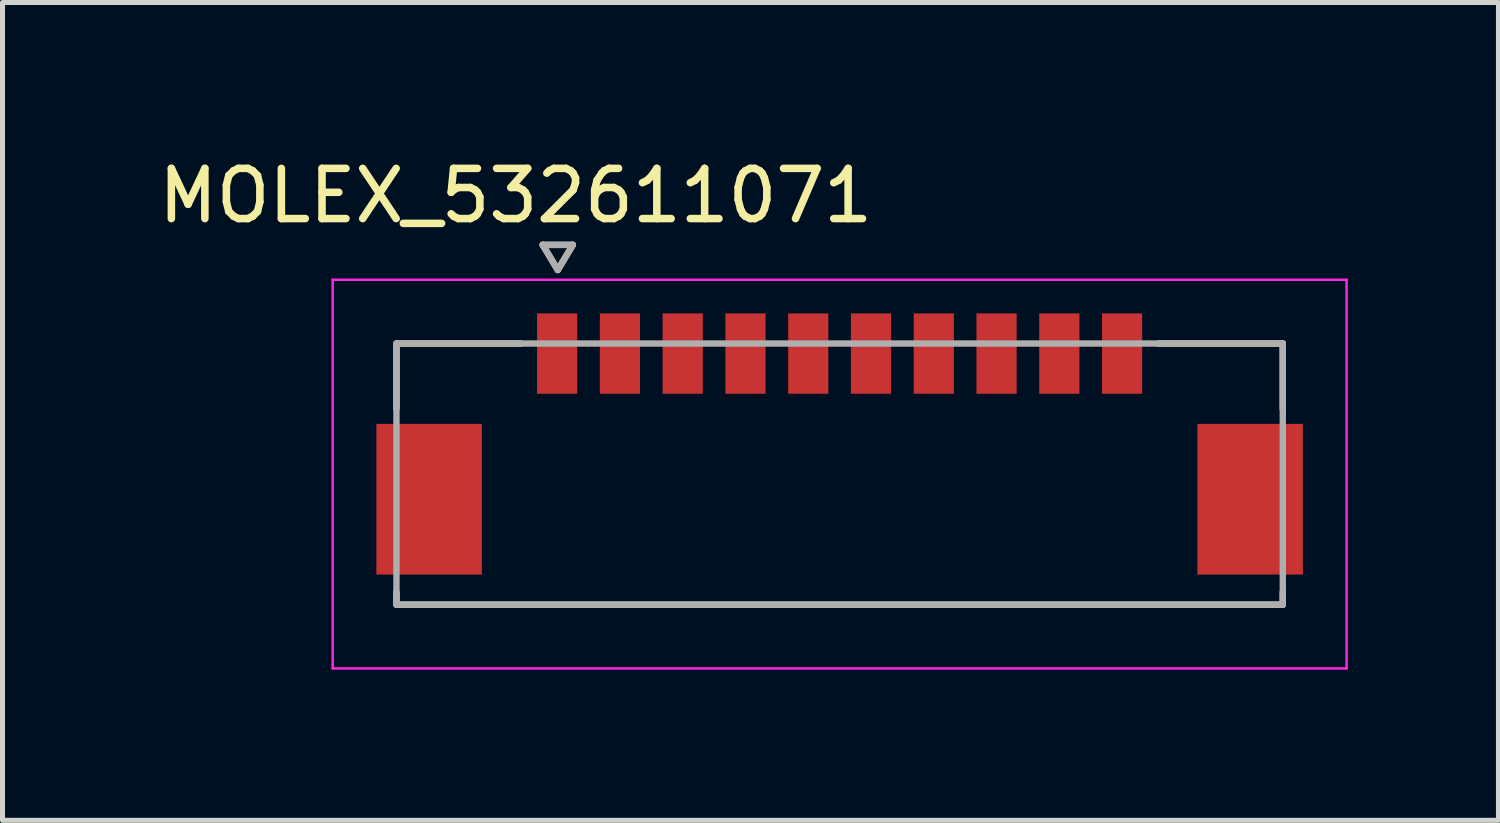
<source format=kicad_pcb>
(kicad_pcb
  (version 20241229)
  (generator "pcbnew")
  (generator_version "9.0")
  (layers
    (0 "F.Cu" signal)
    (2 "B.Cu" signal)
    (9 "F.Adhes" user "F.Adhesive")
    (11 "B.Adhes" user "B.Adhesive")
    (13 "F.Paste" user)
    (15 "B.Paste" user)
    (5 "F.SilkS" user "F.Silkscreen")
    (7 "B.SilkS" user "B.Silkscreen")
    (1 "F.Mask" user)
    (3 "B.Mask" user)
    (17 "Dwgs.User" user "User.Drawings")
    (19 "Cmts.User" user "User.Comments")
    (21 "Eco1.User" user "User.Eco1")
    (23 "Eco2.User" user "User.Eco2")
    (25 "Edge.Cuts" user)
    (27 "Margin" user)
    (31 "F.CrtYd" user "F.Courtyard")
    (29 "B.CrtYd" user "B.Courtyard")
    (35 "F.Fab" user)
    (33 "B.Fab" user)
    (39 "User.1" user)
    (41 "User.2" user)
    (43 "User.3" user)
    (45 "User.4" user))
  (footprint "MOLEX_532611071"
    (layer "F.Cu")
    (at 13.67 6.391)
    (property "Reference" "MOLEX_532611071" (at -6.45 -5.543 0) (layer "F.SilkS") (effects (font (size 1 1) (thickness 0.15))))
    (attr smd)
    (fp_poly (pts (xy -9.301 -1.076) (xy -7.049 -1.076) (xy -7.049 2.076) (xy -9.301 2.076)) (stroke (width 0.01) (type solid)) (fill yes) (layer "F.Mask"))
    (fp_poly (pts (xy -6.101 -3.276) (xy -5.149 -3.276) (xy -5.149 -1.524) (xy -6.101 -1.524)) (stroke (width 0.01) (type solid)) (fill yes) (layer "F.Mask"))
    (fp_poly (pts (xy -4.851 -3.276) (xy -3.899 -3.276) (xy -3.899 -1.524) (xy -4.851 -1.524)) (stroke (width 0.01) (type solid)) (fill yes) (layer "F.Mask"))
    (fp_poly (pts (xy -3.601 -3.276) (xy -2.649 -3.276) (xy -2.649 -1.524) (xy -3.601 -1.524)) (stroke (width 0.01) (type solid)) (fill yes) (layer "F.Mask"))
    (fp_poly (pts (xy -2.351 -3.276) (xy -1.399 -3.276) (xy -1.399 -1.524) (xy -2.351 -1.524)) (stroke (width 0.01) (type solid)) (fill yes) (layer "F.Mask"))
    (fp_poly (pts (xy -1.101 -3.276) (xy -0.149 -3.276) (xy -0.149 -1.524) (xy -1.101 -1.524)) (stroke (width 0.01) (type solid)) (fill yes) (layer "F.Mask"))
    (fp_poly (pts (xy 0.149 -3.276) (xy 1.101 -3.276) (xy 1.101 -1.524) (xy 0.149 -1.524)) (stroke (width 0.01) (type solid)) (fill yes) (layer "F.Mask"))
    (fp_poly (pts (xy 1.399 -3.276) (xy 2.351 -3.276) (xy 2.351 -1.524) (xy 1.399 -1.524)) (stroke (width 0.01) (type solid)) (fill yes) (layer "F.Mask"))
    (fp_poly (pts (xy 2.649 -3.276) (xy 3.601 -3.276) (xy 3.601 -1.524) (xy 2.649 -1.524)) (stroke (width 0.01) (type solid)) (fill yes) (layer "F.Mask"))
    (fp_poly (pts (xy 3.899 -3.276) (xy 4.851 -3.276) (xy 4.851 -1.524) (xy 3.899 -1.524)) (stroke (width 0.01) (type solid)) (fill yes) (layer "F.Mask"))
    (fp_poly (pts (xy 5.149 -3.276) (xy 6.101 -3.276) (xy 6.101 -1.524) (xy 5.149 -1.524)) (stroke (width 0.01) (type solid)) (fill yes) (layer "F.Mask"))
    (fp_poly (pts (xy 7.049 -1.076) (xy 9.301 -1.076) (xy 9.301 2.076) (xy 7.049 2.076)) (stroke (width 0.01) (type solid)) (fill yes) (layer "F.Mask"))
    (fp_line (start -8.825 -2.6) (end -6.345 -2.6) (stroke (width 0.127) (type solid)) (layer "F.SilkS"))
    (fp_line (start -8.825 -1.3) (end -8.825 -2.6) (stroke (width 0.127) (type solid)) (layer "F.SilkS"))
    (fp_line (start -8.825 2.6) (end -8.825 2.35) (stroke (width 0.127) (type solid)) (layer "F.SilkS"))
    (fp_line (start -8.825 2.6) (end 8.825 2.6) (stroke (width 0.127) (type solid)) (layer "F.SilkS"))
    (fp_line (start -5.913 -4.565) (end -5.313 -4.565) (stroke (width 0.127) (type solid)) (layer "F.SilkS"))
    (fp_line (start -5.613 -4.065) (end -5.913 -4.565) (stroke (width 0.127) (type solid)) (layer "F.SilkS"))
    (fp_line (start -5.313 -4.565) (end -5.613 -4.065) (stroke (width 0.127) (type solid)) (layer "F.SilkS"))
    (fp_line (start 6.345 -2.6) (end 8.825 -2.6) (stroke (width 0.127) (type solid)) (layer "F.SilkS"))
    (fp_line (start 8.825 -2.6) (end 8.825 -1.3) (stroke (width 0.127) (type solid)) (layer "F.SilkS"))
    (fp_line (start 8.825 2.6) (end 8.825 2.35) (stroke (width 0.127) (type solid)) (layer "F.SilkS"))
    (fp_line (start -10.095 3.87) (end -10.095 -3.87) (stroke (width 0.05) (type solid)) (layer "F.CrtYd"))
    (fp_line (start 10.095 -3.87) (end -10.095 -3.87) (stroke (width 0.05) (type solid)) (layer "F.CrtYd"))
    (fp_line (start 10.095 -3.87) (end 10.095 3.87) (stroke (width 0.05) (type solid)) (layer "F.CrtYd"))
    (fp_line (start 10.095 3.87) (end -10.095 3.87) (stroke (width 0.05) (type solid)) (layer "F.CrtYd"))
    (fp_line (start -8.825 -2.6) (end 8.825 -2.6) (stroke (width 0.127) (type solid)) (layer "F.Fab"))
    (fp_line (start -8.825 2.6) (end -8.825 -2.6) (stroke (width 0.127) (type solid)) (layer "F.Fab"))
    (fp_line (start -5.913 -4.565) (end -5.313 -4.565) (stroke (width 0.127) (type solid)) (layer "F.Fab"))
    (fp_line (start -5.613 -4.065) (end -5.913 -4.565) (stroke (width 0.127) (type solid)) (layer "F.Fab"))
    (fp_line (start -5.313 -4.565) (end -5.613 -4.065) (stroke (width 0.127) (type solid)) (layer "F.Fab"))
    (fp_line (start 8.825 -2.6) (end 8.825 2.6) (stroke (width 0.127) (type solid)) (layer "F.Fab"))
    (fp_line (start 8.825 2.6) (end -8.825 2.6) (stroke (width 0.127) (type solid)) (layer "F.Fab"))
    (pad "1" smd rect (at -5.625 -2.4) (size 0.8 1.6) (layers "F.Cu" "F.Paste"))
    (pad "2" smd rect (at -4.375 -2.4) (size 0.8 1.6) (layers "F.Cu" "F.Paste"))
    (pad "3" smd rect (at -3.125 -2.4) (size 0.8 1.6) (layers "F.Cu" "F.Paste"))
    (pad "4" smd rect (at -1.875 -2.4) (size 0.8 1.6) (layers "F.Cu" "F.Paste"))
    (pad "5" smd rect (at -0.625 -2.4) (size 0.8 1.6) (layers "F.Cu" "F.Paste"))
    (pad "6" smd rect (at 0.625 -2.4) (size 0.8 1.6) (layers "F.Cu" "F.Paste"))
    (pad "7" smd rect (at 1.875 -2.4) (size 0.8 1.6) (layers "F.Cu" "F.Paste"))
    (pad "8" smd rect (at 3.125 -2.4) (size 0.8 1.6) (layers "F.Cu" "F.Paste"))
    (pad "9" smd rect (at 4.375 -2.4) (size 0.8 1.6) (layers "F.Cu" "F.Paste"))
    (pad "10" smd rect (at 5.625 -2.4) (size 0.8 1.6) (layers "F.Cu" "F.Paste"))
    (pad "S1" smd rect (at -8.175 0.5) (size 2.1 3) (layers "F.Cu" "F.Paste"))
    (pad "S2" smd rect (at 8.175 0.5) (size 2.1 3) (layers "F.Cu" "F.Paste")))
  (gr_rect
    (start -3 -3)
    (end 26.79 13.286)
    (stroke (width 0.1) (type default))
    (fill no)
    (layer "Edge.Cuts")))
</source>
